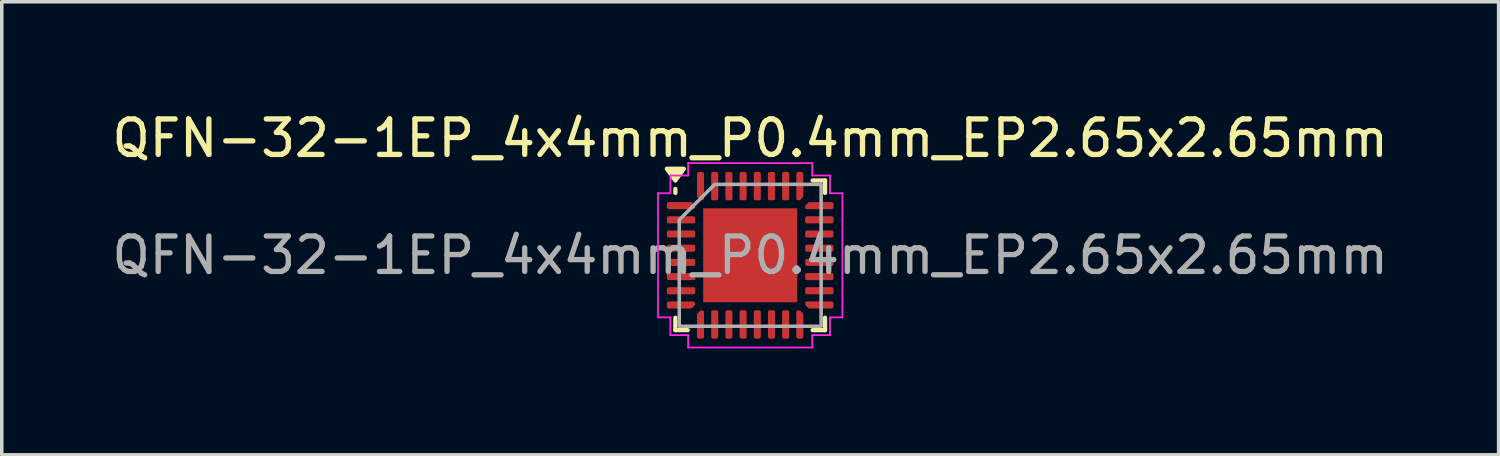
<source format=kicad_pcb>
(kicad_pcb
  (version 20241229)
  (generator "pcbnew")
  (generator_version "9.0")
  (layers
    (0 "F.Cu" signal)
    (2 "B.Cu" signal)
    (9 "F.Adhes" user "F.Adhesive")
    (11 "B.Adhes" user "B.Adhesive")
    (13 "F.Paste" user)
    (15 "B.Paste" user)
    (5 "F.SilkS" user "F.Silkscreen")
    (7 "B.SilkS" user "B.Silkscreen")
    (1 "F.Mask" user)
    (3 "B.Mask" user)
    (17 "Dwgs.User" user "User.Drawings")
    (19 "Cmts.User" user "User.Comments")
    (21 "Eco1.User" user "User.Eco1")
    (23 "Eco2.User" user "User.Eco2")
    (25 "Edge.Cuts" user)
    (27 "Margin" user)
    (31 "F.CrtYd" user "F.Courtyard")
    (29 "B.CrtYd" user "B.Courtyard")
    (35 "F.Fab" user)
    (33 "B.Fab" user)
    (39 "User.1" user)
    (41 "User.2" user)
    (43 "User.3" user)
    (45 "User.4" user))
  (footprint "QFN-32-1EP_4x4mm_P0.4mm_EP2.65x2.65mm"
    (layer "F.Cu")
    (at 18.101 4.148)
    (property "Reference" "QFN-32-1EP_4x4mm_P0.4mm_EP2.65x2.65mm" (at 0 -3.3 0) (layer "F.SilkS") (effects (font (size 1 1) (thickness 0.15))))
    (attr smd)
    (fp_line (start -2.11 -1.76) (end -2.11 -1.87) (stroke (width 0.12) (type solid)) (layer "F.SilkS"))
    (fp_line (start -2.11 2.11) (end -2.11 1.76) (stroke (width 0.12) (type solid)) (layer "F.SilkS"))
    (fp_line (start -1.76 2.11) (end -2.11 2.11) (stroke (width 0.12) (type solid)) (layer "F.SilkS"))
    (fp_line (start 1.76 -2.11) (end 2.11 -2.11) (stroke (width 0.12) (type solid)) (layer "F.SilkS"))
    (fp_line (start 1.76 2.11) (end 2.11 2.11) (stroke (width 0.12) (type solid)) (layer "F.SilkS"))
    (fp_line (start 2.11 -2.11) (end 2.11 -1.76) (stroke (width 0.12) (type solid)) (layer "F.SilkS"))
    (fp_line (start 2.11 2.11) (end 2.11 1.76) (stroke (width 0.12) (type solid)) (layer "F.SilkS"))
    (fp_poly (pts (xy -2.11 -2.11) (xy -2.35 -2.44) (xy -1.87 -2.44)) (stroke (width 0.12) (type solid)) (fill yes) (layer "F.SilkS"))
    (fp_line (start -2.6 -1.75) (end -2.25 -1.75) (stroke (width 0.05) (type solid)) (layer "F.CrtYd"))
    (fp_line (start -2.6 1.75) (end -2.6 -1.75) (stroke (width 0.05) (type solid)) (layer "F.CrtYd"))
    (fp_line (start -2.25 -2.25) (end -1.75 -2.25) (stroke (width 0.05) (type solid)) (layer "F.CrtYd"))
    (fp_line (start -2.25 -1.75) (end -2.25 -2.25) (stroke (width 0.05) (type solid)) (layer "F.CrtYd"))
    (fp_line (start -2.25 1.75) (end -2.6 1.75) (stroke (width 0.05) (type solid)) (layer "F.CrtYd"))
    (fp_line (start -2.25 2.25) (end -2.25 1.75) (stroke (width 0.05) (type solid)) (layer "F.CrtYd"))
    (fp_line (start -1.75 -2.6) (end 1.75 -2.6) (stroke (width 0.05) (type solid)) (layer "F.CrtYd"))
    (fp_line (start -1.75 -2.25) (end -1.75 -2.6) (stroke (width 0.05) (type solid)) (layer "F.CrtYd"))
    (fp_line (start -1.75 2.25) (end -2.25 2.25) (stroke (width 0.05) (type solid)) (layer "F.CrtYd"))
    (fp_line (start -1.75 2.6) (end -1.75 2.25) (stroke (width 0.05) (type solid)) (layer "F.CrtYd"))
    (fp_line (start 1.75 -2.6) (end 1.75 -2.25) (stroke (width 0.05) (type solid)) (layer "F.CrtYd"))
    (fp_line (start 1.75 -2.25) (end 2.25 -2.25) (stroke (width 0.05) (type solid)) (layer "F.CrtYd"))
    (fp_line (start 1.75 2.25) (end 1.75 2.6) (stroke (width 0.05) (type solid)) (layer "F.CrtYd"))
    (fp_line (start 1.75 2.6) (end -1.75 2.6) (stroke (width 0.05) (type solid)) (layer "F.CrtYd"))
    (fp_line (start 2.25 -2.25) (end 2.25 -1.75) (stroke (width 0.05) (type solid)) (layer "F.CrtYd"))
    (fp_line (start 2.25 -1.75) (end 2.6 -1.75) (stroke (width 0.05) (type solid)) (layer "F.CrtYd"))
    (fp_line (start 2.25 1.75) (end 2.25 2.25) (stroke (width 0.05) (type solid)) (layer "F.CrtYd"))
    (fp_line (start 2.25 2.25) (end 1.75 2.25) (stroke (width 0.05) (type solid)) (layer "F.CrtYd"))
    (fp_line (start 2.6 -1.75) (end 2.6 1.75) (stroke (width 0.05) (type solid)) (layer "F.CrtYd"))
    (fp_line (start 2.6 1.75) (end 2.25 1.75) (stroke (width 0.05) (type solid)) (layer "F.CrtYd"))
    (fp_poly (pts (xy -2 -1) (xy -2 2) (xy 2 2) (xy 2 -2) (xy -1 -2)) (stroke (width 0.1) (type solid)) (fill no) (layer "F.Fab"))
    (fp_text user "${REFERENCE}" (at 0 0 0) (layer "F.Fab") (effects (font (size 1 1) (thickness 0.15))))
    (pad "" smd roundrect (at -0.66 -0.66) (size 1.07 1.07) (layers "F.Paste") (roundrect_rratio 0.234))
    (pad "" smd roundrect (at -0.66 0.66) (size 1.07 1.07) (layers "F.Paste") (roundrect_rratio 0.234))
    (pad "" smd roundrect (at 0.66 -0.66) (size 1.07 1.07) (layers "F.Paste") (roundrect_rratio 0.234))
    (pad "" smd roundrect (at 0.66 0.66) (size 1.07 1.07) (layers "F.Paste") (roundrect_rratio 0.234))
    (pad "1" smd custom (at -1.95 -1.4) (size 0.129 0.129) (layers "F.Cu" "F.Mask" "F.Paste") (options (anchor circle)) (primitives (gr_poly (pts (xy -0.35 -0.05) (xy 0.279 -0.05) (xy 0.35 0.021) (xy 0.35 0.05) (xy -0.35 0.05)) (width 0.1) (fill yes))))
    (pad "2" smd roundrect (at -1.95 -1) (size 0.8 0.2) (layers "F.Cu" "F.Mask" "F.Paste") (roundrect_rratio 0.25))
    (pad "3" smd roundrect (at -1.95 -0.6) (size 0.8 0.2) (layers "F.Cu" "F.Mask" "F.Paste") (roundrect_rratio 0.25))
    (pad "4" smd roundrect (at -1.95 -0.2) (size 0.8 0.2) (layers "F.Cu" "F.Mask" "F.Paste") (roundrect_rratio 0.25))
    (pad "5" smd roundrect (at -1.95 0.2) (size 0.8 0.2) (layers "F.Cu" "F.Mask" "F.Paste") (roundrect_rratio 0.25))
    (pad "6" smd roundrect (at -1.95 0.6) (size 0.8 0.2) (layers "F.Cu" "F.Mask" "F.Paste") (roundrect_rratio 0.25))
    (pad "7" smd roundrect (at -1.95 1) (size 0.8 0.2) (layers "F.Cu" "F.Mask" "F.Paste") (roundrect_rratio 0.25))
    (pad "8" smd custom (at -1.95 1.4) (size 0.129 0.129) (layers "F.Cu" "F.Mask" "F.Paste") (options (anchor circle)) (primitives (gr_poly (pts (xy -0.35 -0.05) (xy 0.35 -0.05) (xy 0.35 -0.021) (xy 0.279 0.05) (xy -0.35 0.05)) (width 0.1) (fill yes))))
    (pad "9" smd custom (at -1.4 1.95) (size 0.129 0.129) (layers "F.Cu" "F.Mask" "F.Paste") (options (anchor circle)) (primitives (gr_poly (pts (xy -0.05 -0.279) (xy 0.021 -0.35) (xy 0.05 -0.35) (xy 0.05 0.35) (xy -0.05 0.35)) (width 0.1) (fill yes))))
    (pad "10" smd roundrect (at -1 1.95) (size 0.2 0.8) (layers "F.Cu" "F.Mask" "F.Paste") (roundrect_rratio 0.25))
    (pad "11" smd roundrect (at -0.6 1.95) (size 0.2 0.8) (layers "F.Cu" "F.Mask" "F.Paste") (roundrect_rratio 0.25))
    (pad "12" smd roundrect (at -0.2 1.95) (size 0.2 0.8) (layers "F.Cu" "F.Mask" "F.Paste") (roundrect_rratio 0.25))
    (pad "13" smd roundrect (at 0.2 1.95) (size 0.2 0.8) (layers "F.Cu" "F.Mask" "F.Paste") (roundrect_rratio 0.25))
    (pad "14" smd roundrect (at 0.6 1.95) (size 0.2 0.8) (layers "F.Cu" "F.Mask" "F.Paste") (roundrect_rratio 0.25))
    (pad "15" smd roundrect (at 1 1.95) (size 0.2 0.8) (layers "F.Cu" "F.Mask" "F.Paste") (roundrect_rratio 0.25))
    (pad "16" smd custom (at 1.4 1.95) (size 0.129 0.129) (layers "F.Cu" "F.Mask" "F.Paste") (options (anchor circle)) (primitives (gr_poly (pts (xy -0.05 -0.35) (xy -0.021 -0.35) (xy 0.05 -0.279) (xy 0.05 0.35) (xy -0.05 0.35)) (width 0.1) (fill yes))))
    (pad "17" smd custom (at 1.95 1.4) (size 0.129 0.129) (layers "F.Cu" "F.Mask" "F.Paste") (options (anchor circle)) (primitives (gr_poly (pts (xy -0.35 -0.05) (xy 0.35 -0.05) (xy 0.35 0.05) (xy -0.279 0.05) (xy -0.35 -0.021)) (width 0.1) (fill yes))))
    (pad "18" smd roundrect (at 1.95 1) (size 0.8 0.2) (layers "F.Cu" "F.Mask" "F.Paste") (roundrect_rratio 0.25))
    (pad "19" smd roundrect (at 1.95 0.6) (size 0.8 0.2) (layers "F.Cu" "F.Mask" "F.Paste") (roundrect_rratio 0.25))
    (pad "20" smd roundrect (at 1.95 0.2) (size 0.8 0.2) (layers "F.Cu" "F.Mask" "F.Paste") (roundrect_rratio 0.25))
    (pad "21" smd roundrect (at 1.95 -0.2) (size 0.8 0.2) (layers "F.Cu" "F.Mask" "F.Paste") (roundrect_rratio 0.25))
    (pad "22" smd roundrect (at 1.95 -0.6) (size 0.8 0.2) (layers "F.Cu" "F.Mask" "F.Paste") (roundrect_rratio 0.25))
    (pad "23" smd roundrect (at 1.95 -1) (size 0.8 0.2) (layers "F.Cu" "F.Mask" "F.Paste") (roundrect_rratio 0.25))
    (pad "24" smd custom (at 1.95 -1.4) (size 0.129 0.129) (layers "F.Cu" "F.Mask" "F.Paste") (options (anchor circle)) (primitives (gr_poly (pts (xy -0.35 0.021) (xy -0.279 -0.05) (xy 0.35 -0.05) (xy 0.35 0.05) (xy -0.35 0.05)) (width 0.1) (fill yes))))
    (pad "25" smd custom (at 1.4 -1.95) (size 0.129 0.129) (layers "F.Cu" "F.Mask" "F.Paste") (options (anchor circle)) (primitives (gr_poly (pts (xy -0.05 -0.35) (xy 0.05 -0.35) (xy 0.05 0.279) (xy -0.021 0.35) (xy -0.05 0.35)) (width 0.1) (fill yes))))
    (pad "26" smd roundrect (at 1 -1.95) (size 0.2 0.8) (layers "F.Cu" "F.Mask" "F.Paste") (roundrect_rratio 0.25))
    (pad "27" smd roundrect (at 0.6 -1.95) (size 0.2 0.8) (layers "F.Cu" "F.Mask" "F.Paste") (roundrect_rratio 0.25))
    (pad "28" smd roundrect (at 0.2 -1.95) (size 0.2 0.8) (layers "F.Cu" "F.Mask" "F.Paste") (roundrect_rratio 0.25))
    (pad "29" smd roundrect (at -0.2 -1.95) (size 0.2 0.8) (layers "F.Cu" "F.Mask" "F.Paste") (roundrect_rratio 0.25))
    (pad "30" smd roundrect (at -0.6 -1.95) (size 0.2 0.8) (layers "F.Cu" "F.Mask" "F.Paste") (roundrect_rratio 0.25))
    (pad "31" smd roundrect (at -1 -1.95) (size 0.2 0.8) (layers "F.Cu" "F.Mask" "F.Paste") (roundrect_rratio 0.25))
    (pad "32" smd custom (at -1.4 -1.95) (size 0.129 0.129) (layers "F.Cu" "F.Mask" "F.Paste") (options (anchor circle)) (primitives (gr_poly (pts (xy -0.05 -0.35) (xy 0.05 -0.35) (xy 0.05 0.35) (xy 0.021 0.35) (xy -0.05 0.279)) (width 0.1) (fill yes))))
    (pad "33" smd rect (at 0 0) (size 2.65 2.65) (property pad_prop_heatsink) (layers "F.Cu" "F.Mask")))
  (gr_rect
    (start -3 -3)
    (end 39.202 9.773)
    (stroke (width 0.1) (type default))
    (fill no)
    (layer "Edge.Cuts")))
</source>
